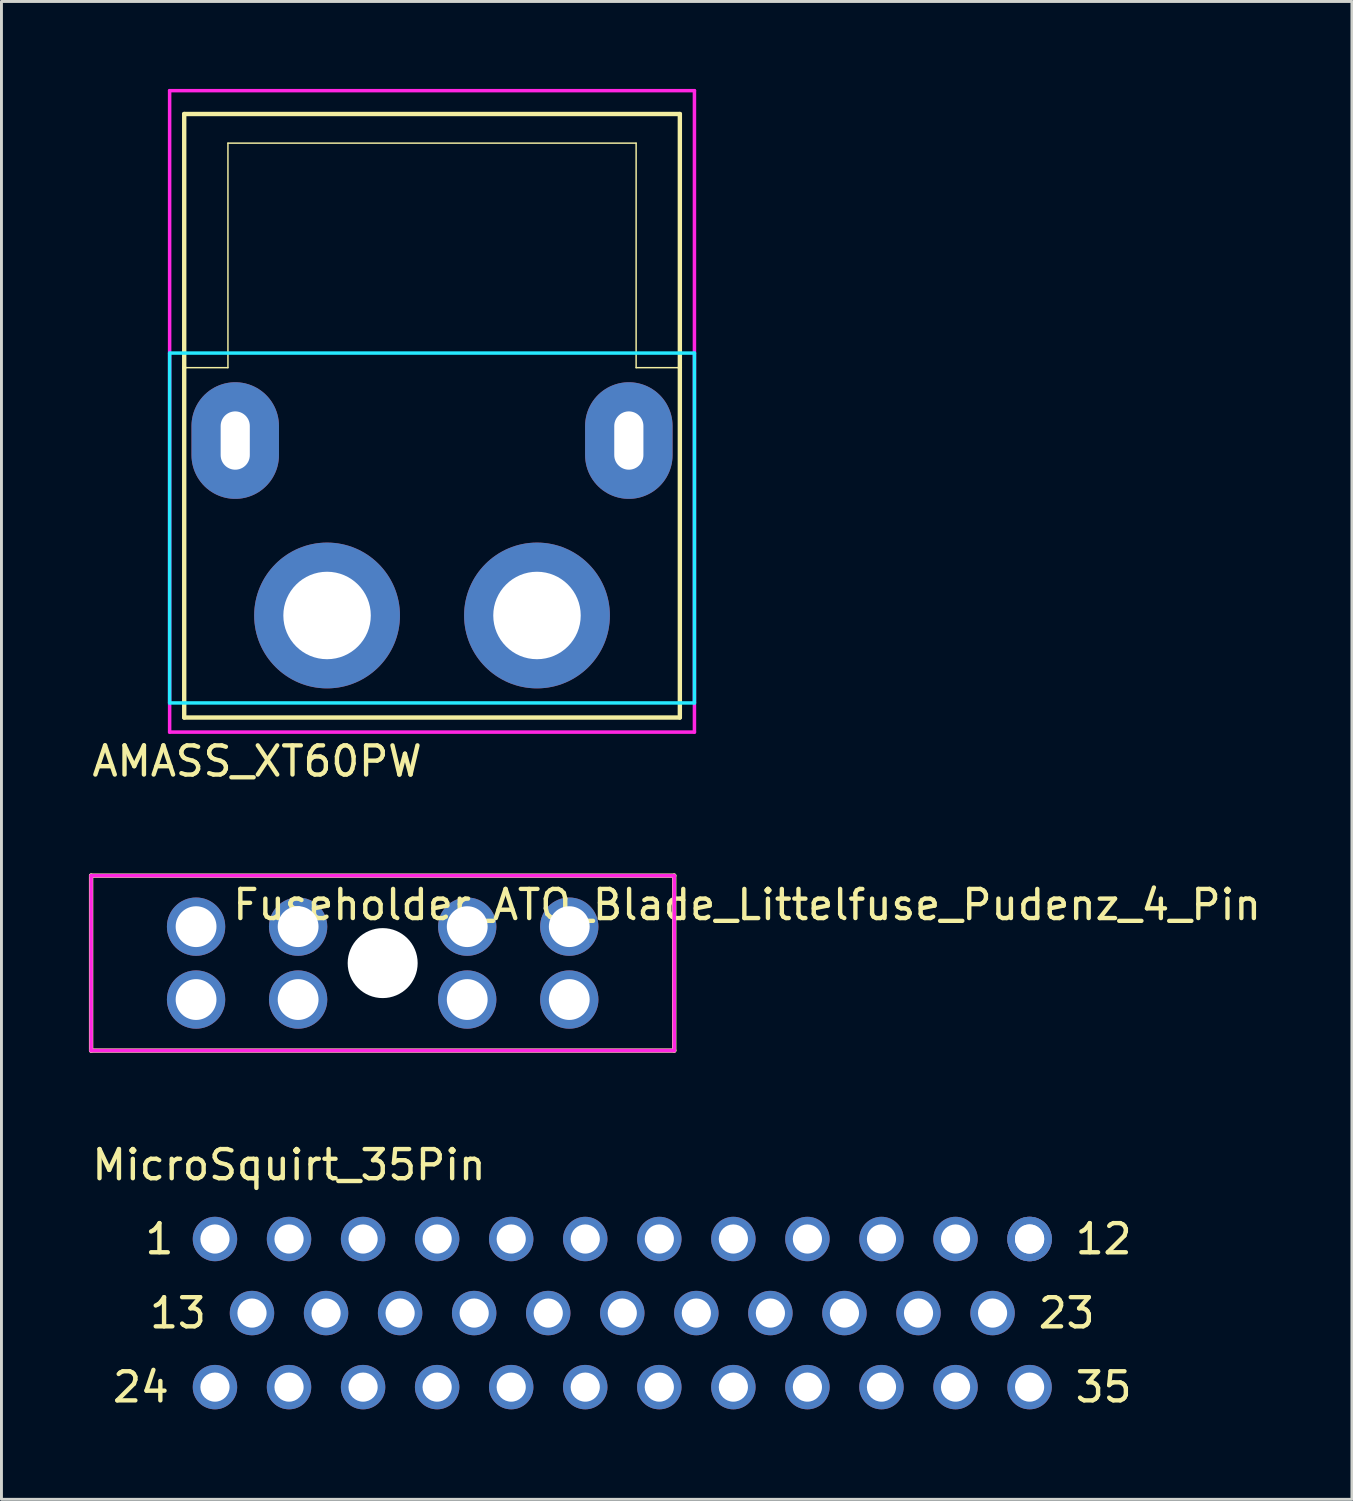
<source format=kicad_pcb>
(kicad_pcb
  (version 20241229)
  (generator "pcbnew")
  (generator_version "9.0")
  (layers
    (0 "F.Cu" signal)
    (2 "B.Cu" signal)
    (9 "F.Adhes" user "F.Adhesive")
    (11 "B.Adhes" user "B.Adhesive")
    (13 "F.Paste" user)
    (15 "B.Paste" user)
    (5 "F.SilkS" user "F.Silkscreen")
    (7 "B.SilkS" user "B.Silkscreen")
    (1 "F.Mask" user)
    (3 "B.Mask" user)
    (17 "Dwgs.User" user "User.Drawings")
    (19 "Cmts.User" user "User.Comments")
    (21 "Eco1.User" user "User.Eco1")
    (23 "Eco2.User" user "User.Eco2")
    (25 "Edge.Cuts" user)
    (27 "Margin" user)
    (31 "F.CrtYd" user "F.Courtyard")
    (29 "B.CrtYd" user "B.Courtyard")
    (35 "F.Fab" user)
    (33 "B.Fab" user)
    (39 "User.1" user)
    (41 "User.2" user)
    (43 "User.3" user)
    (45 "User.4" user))
  (footprint "Fuseholder_ATO_Blade_Littelfuse_Pudenz_4_Pin"
    (layer "F.Cu")
    (at 10.075 29.983)
    (property "Reference" "Fuseholder_ATO_Blade_Littelfuse_Pudenz_4_Pin" (at 12.5 -2 0) (layer "F.SilkS") (effects (font (size 1 1) (thickness 0.15))))
    (attr through_hole)
    (fp_line (start -10 -3) (end 10 -3) (stroke (width 0.15) (type solid)) (layer "F.SilkS"))
    (fp_line (start -10 3) (end -10 -3) (stroke (width 0.15) (type solid)) (layer "F.SilkS"))
    (fp_line (start 10 -3) (end 10 3) (stroke (width 0.15) (type solid)) (layer "F.SilkS"))
    (fp_line (start 10 3) (end -10 3) (stroke (width 0.15) (type solid)) (layer "F.SilkS"))
    (fp_line (start -10 -3) (end -10 3) (stroke (width 0.12) (type solid)) (layer "F.CrtYd"))
    (fp_line (start -10 3) (end 10 3) (stroke (width 0.12) (type solid)) (layer "F.CrtYd"))
    (fp_line (start 10 -3) (end -10 -3) (stroke (width 0.12) (type solid)) (layer "F.CrtYd"))
    (fp_line (start 10 3) (end 10 -3) (stroke (width 0.12) (type solid)) (layer "F.CrtYd"))
    (pad "" np_thru_hole circle (at 0 0) (size 2.4 2.4) (drill 2.4) (layers "*.Cu" "*.Mask"))
    (pad "1" thru_hole circle (at -6.4 -1.25) (size 2 2) (drill 1.4) (layers "*.Cu" "*.Mask"))
    (pad "1" thru_hole circle (at -6.4 1.25) (size 2 2) (drill 1.4) (layers "*.Cu" "*.Mask"))
    (pad "1" thru_hole circle (at -2.9 -1.25) (size 2 2) (drill 1.4) (layers "*.Cu" "*.Mask"))
    (pad "1" thru_hole circle (at -2.9 1.25) (size 2 2) (drill 1.4) (layers "*.Cu" "*.Mask"))
    (pad "2" thru_hole circle (at 2.9 -1.25) (size 2 2) (drill 1.4) (layers "*.Cu" "*.Mask"))
    (pad "2" thru_hole circle (at 2.9 1.25) (size 2 2) (drill 1.4) (layers "*.Cu" "*.Mask"))
    (pad "2" thru_hole circle (at 6.4 -1.25) (size 2 2) (drill 1.4) (layers "*.Cu" "*.Mask"))
    (pad "2" thru_hole circle (at 6.4 1.25) (size 2 2) (drill 1.4) (layers "*.Cu" "*.Mask")))
  (footprint "AMASS_XT60PW"
    (layer "F.Cu")
    (at 11.768 12.06)
    (property "Reference" "AMASS_XT60PW" (at -6 11 0) (layer "F.SilkS") (effects (font (size 1 1) (thickness 0.15))))
    (attr through_hole)
    (fp_line (start -8.5 -11.2) (end 8.5 -11.2) (stroke (width 0.15) (type solid)) (layer "F.SilkS"))
    (fp_line (start -8.5 -2.5) (end -8.5 -11.2) (stroke (width 0.15) (type solid)) (layer "F.SilkS"))
    (fp_line (start -8.5 -2.5) (end -7 -2.5) (stroke (width 0.05) (type solid)) (layer "F.SilkS"))
    (fp_line (start -8.5 9.5) (end -8.5 -2.5) (stroke (width 0.15) (type solid)) (layer "F.SilkS"))
    (fp_line (start -8.5 9.5) (end 8.5 9.5) (stroke (width 0.15) (type solid)) (layer "F.SilkS"))
    (fp_line (start -7 -10.2) (end 7 -10.2) (stroke (width 0.05) (type solid)) (layer "F.SilkS"))
    (fp_line (start -7 -2.5) (end -7 -10.2) (stroke (width 0.05) (type solid)) (layer "F.SilkS"))
    (fp_line (start 7 -10.2) (end 7 -2.5) (stroke (width 0.05) (type solid)) (layer "F.SilkS"))
    (fp_line (start 8.5 -11.2) (end 8.5 -2.5) (stroke (width 0.15) (type solid)) (layer "F.SilkS"))
    (fp_line (start 8.5 -2.5) (end 7 -2.5) (stroke (width 0.05) (type solid)) (layer "F.SilkS"))
    (fp_line (start 8.5 9.5) (end 8.5 -2.5) (stroke (width 0.15) (type solid)) (layer "F.SilkS"))
    (fp_line (start -9 -3) (end -9 9) (stroke (width 0.12) (type solid)) (layer "B.CrtYd"))
    (fp_line (start -9 9) (end 9 9) (stroke (width 0.12) (type solid)) (layer "B.CrtYd"))
    (fp_line (start 9 -3) (end -9 -3) (stroke (width 0.12) (type solid)) (layer "B.CrtYd"))
    (fp_line (start 9 9) (end 9 -3) (stroke (width 0.12) (type solid)) (layer "B.CrtYd"))
    (fp_line (start -9 -12) (end 9 -12) (stroke (width 0.12) (type solid)) (layer "F.CrtYd"))
    (fp_line (start -9 10) (end -9 -12) (stroke (width 0.12) (type solid)) (layer "F.CrtYd"))
    (fp_line (start 9 -12) (end 9 10) (stroke (width 0.12) (type solid)) (layer "F.CrtYd"))
    (fp_line (start 9 10) (end -9 10) (stroke (width 0.12) (type solid)) (layer "F.CrtYd"))
    (pad "1" thru_hole circle (at -3.6 6) (size 5 5) (drill 3) (layers "*.Cu" "*.Mask"))
    (pad "2" thru_hole circle (at 3.6 6) (size 5 5) (drill 3) (layers "*.Cu" "*.Mask"))
    (pad "MP" thru_hole oval (at -6.75 0) (size 3 4) (drill oval 1 2) (layers "*.Cu" "*.Mask"))
    (pad "MP" thru_hole oval (at 6.75 0) (size 3 4) (drill oval 1 2) (layers "*.Cu" "*.Mask")))
  (footprint "MicroSquirt_35Pin"
    (layer "F.Cu")
    (at 18.293 41.986)
    (property "Reference" "MicroSquirt_35Pin" (at -11.43 -5.08 0) (layer "F.SilkS") (effects (font (size 1 1) (thickness 0.15))))
    (attr through_hole)
    (fp_text user "13" (at -15.24 0 0) (layer "F.SilkS") (effects (font (size 1 1) (thickness 0.15))))
    (fp_text user "1" (at -15.875 -2.54 0) (layer "F.SilkS") (effects (font (size 1 1) (thickness 0.15))))
    (fp_text user "24" (at -16.51 2.54 0) (layer "F.SilkS") (effects (font (size 1 1) (thickness 0.15))))
    (fp_text user "23" (at 15.24 0 0) (layer "F.SilkS") (effects (font (size 1 1) (thickness 0.15))))
    (fp_text user "12" (at 16.51 -2.54 0) (layer "F.SilkS") (effects (font (size 1 1) (thickness 0.15))))
    (fp_text user "35" (at 16.51 2.54 0) (layer "F.SilkS") (effects (font (size 1 1) (thickness 0.15))))
    (pad "1" thru_hole circle (at -13.97 -2.54) (size 1.524 1.524) (drill 1) (layers "*.Cu" "*.Mask"))
    (pad "2" thru_hole circle (at -11.43 -2.54) (size 1.524 1.524) (drill 1) (layers "*.Cu" "*.Mask"))
    (pad "3" thru_hole circle (at -8.89 -2.54) (size 1.524 1.524) (drill 1) (layers "*.Cu" "*.Mask"))
    (pad "4" thru_hole circle (at -6.35 -2.54) (size 1.524 1.524) (drill 1) (layers "*.Cu" "*.Mask"))
    (pad "5" thru_hole circle (at -3.81 -2.54) (size 1.524 1.524) (drill 1) (layers "*.Cu" "*.Mask"))
    (pad "6" thru_hole circle (at -1.27 -2.54) (size 1.524 1.524) (drill 1) (layers "*.Cu" "*.Mask"))
    (pad "7" thru_hole circle (at 1.27 -2.54) (size 1.524 1.524) (drill 1) (layers "*.Cu" "*.Mask"))
    (pad "8" thru_hole circle (at 3.81 -2.54) (size 1.524 1.524) (drill 1) (layers "*.Cu" "*.Mask"))
    (pad "9" thru_hole circle (at 6.35 -2.54) (size 1.524 1.524) (drill 1) (layers "*.Cu" "*.Mask"))
    (pad "10" thru_hole circle (at 8.89 -2.54) (size 1.524 1.524) (drill 1) (layers "*.Cu" "*.Mask"))
    (pad "11" thru_hole circle (at 11.43 -2.54) (size 1.524 1.524) (drill 1) (layers "*.Cu" "*.Mask"))
    (pad "12" thru_hole circle (at 13.97 -2.54) (size 1.524 1.524) (drill 1) (layers "*.Cu" "*.Mask"))
    (pad "12" thru_hole circle (at 13.97 -2.54) (size 1.524 1.524) (drill 1) (layers "*.Cu" "*.Mask"))
    (pad "13" thru_hole circle (at -12.7 0) (size 1.524 1.524) (drill 1) (layers "*.Cu" "*.Mask"))
    (pad "14" thru_hole circle (at -10.16 0) (size 1.524 1.524) (drill 1) (layers "*.Cu" "*.Mask"))
    (pad "15" thru_hole circle (at -7.62 0) (size 1.524 1.524) (drill 1) (layers "*.Cu" "*.Mask"))
    (pad "16" thru_hole circle (at -5.08 0) (size 1.524 1.524) (drill 1) (layers "*.Cu" "*.Mask"))
    (pad "17" thru_hole circle (at -2.54 0) (size 1.524 1.524) (drill 1) (layers "*.Cu" "*.Mask"))
    (pad "18" thru_hole circle (at 0 0) (size 1.524 1.524) (drill 1) (layers "*.Cu" "*.Mask"))
    (pad "19" thru_hole circle (at 2.54 0) (size 1.524 1.524) (drill 1) (layers "*.Cu" "*.Mask"))
    (pad "20" thru_hole circle (at 5.08 0) (size 1.524 1.524) (drill 1) (layers "*.Cu" "*.Mask"))
    (pad "21" thru_hole circle (at 7.62 0) (size 1.524 1.524) (drill 1) (layers "*.Cu" "*.Mask"))
    (pad "22" thru_hole circle (at 10.16 0) (size 1.524 1.524) (drill 1) (layers "*.Cu" "*.Mask"))
    (pad "23" thru_hole circle (at 12.7 0) (size 1.524 1.524) (drill 1) (layers "*.Cu" "*.Mask"))
    (pad "24" thru_hole circle (at -13.97 2.54) (size 1.524 1.524) (drill 1) (layers "*.Cu" "*.Mask"))
    (pad "25" thru_hole circle (at -11.43 2.54) (size 1.524 1.524) (drill 1) (layers "*.Cu" "*.Mask"))
    (pad "26" thru_hole circle (at -8.89 2.54) (size 1.524 1.524) (drill 1) (layers "*.Cu" "*.Mask"))
    (pad "27" thru_hole circle (at -6.35 2.54) (size 1.524 1.524) (drill 1) (layers "*.Cu" "*.Mask"))
    (pad "28" thru_hole circle (at -3.81 2.54) (size 1.524 1.524) (drill 1) (layers "*.Cu" "*.Mask"))
    (pad "29" thru_hole circle (at -1.27 2.54) (size 1.524 1.524) (drill 1) (layers "*.Cu" "*.Mask"))
    (pad "30" thru_hole circle (at 1.27 2.54) (size 1.524 1.524) (drill 1) (layers "*.Cu" "*.Mask"))
    (pad "31" thru_hole circle (at 3.81 2.54) (size 1.524 1.524) (drill 1) (layers "*.Cu" "*.Mask"))
    (pad "32" thru_hole circle (at 6.35 2.54) (size 1.524 1.524) (drill 1) (layers "*.Cu" "*.Mask"))
    (pad "33" thru_hole circle (at 8.89 2.54) (size 1.524 1.524) (drill 1) (layers "*.Cu" "*.Mask"))
    (pad "34" thru_hole circle (at 11.43 2.54) (size 1.524 1.524) (drill 1) (layers "*.Cu" "*.Mask"))
    (pad "35" thru_hole circle (at 13.97 2.54) (size 1.524 1.524) (drill 1) (layers "*.Cu" "*.Mask")))
  (gr_rect
    (start -3 -3)
    (end 43.319 48.375)
    (stroke (width 0.1) (type default))
    (fill no)
    (layer "Edge.Cuts")))
</source>
